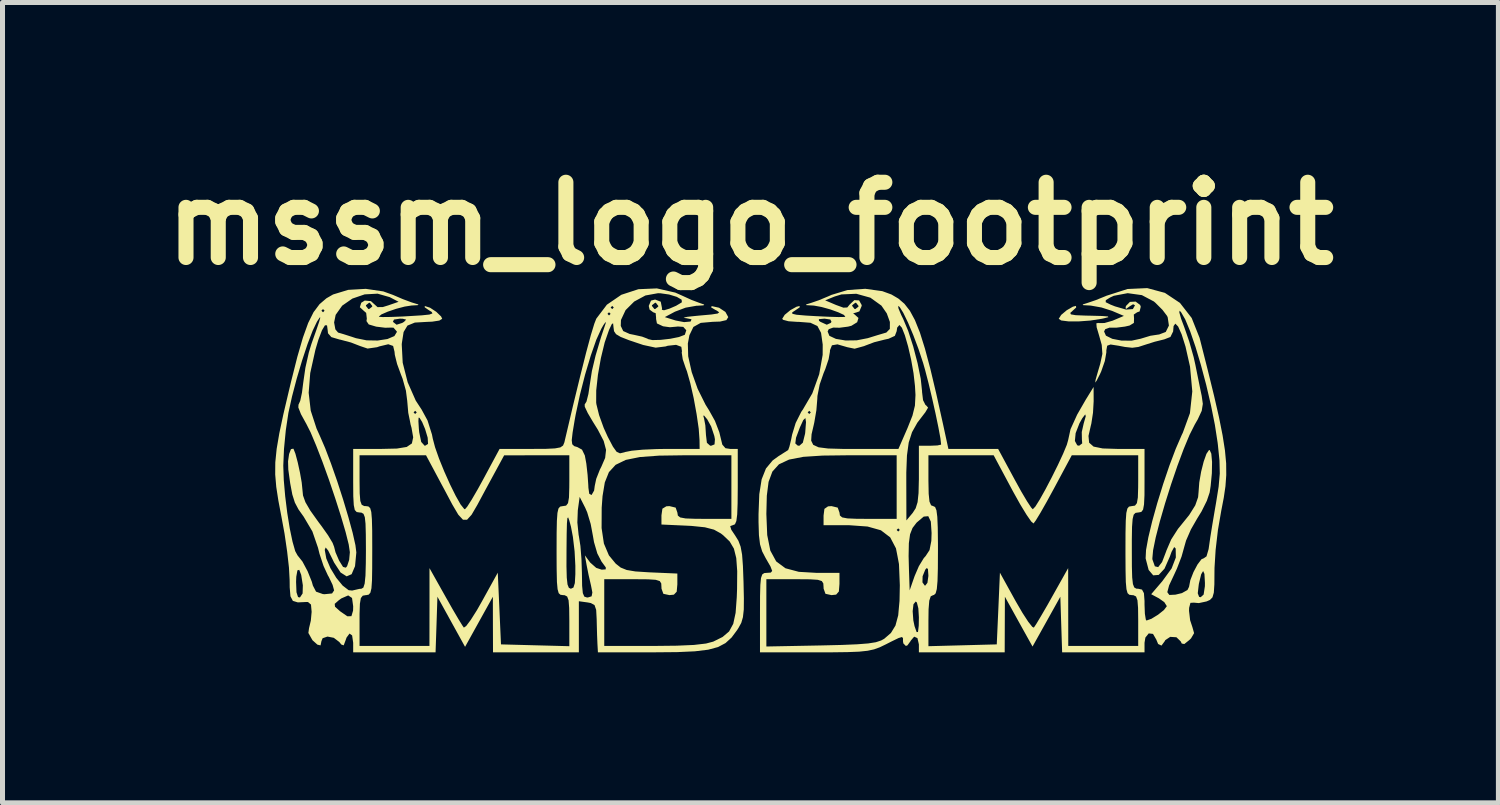
<source format=kicad_pcb>
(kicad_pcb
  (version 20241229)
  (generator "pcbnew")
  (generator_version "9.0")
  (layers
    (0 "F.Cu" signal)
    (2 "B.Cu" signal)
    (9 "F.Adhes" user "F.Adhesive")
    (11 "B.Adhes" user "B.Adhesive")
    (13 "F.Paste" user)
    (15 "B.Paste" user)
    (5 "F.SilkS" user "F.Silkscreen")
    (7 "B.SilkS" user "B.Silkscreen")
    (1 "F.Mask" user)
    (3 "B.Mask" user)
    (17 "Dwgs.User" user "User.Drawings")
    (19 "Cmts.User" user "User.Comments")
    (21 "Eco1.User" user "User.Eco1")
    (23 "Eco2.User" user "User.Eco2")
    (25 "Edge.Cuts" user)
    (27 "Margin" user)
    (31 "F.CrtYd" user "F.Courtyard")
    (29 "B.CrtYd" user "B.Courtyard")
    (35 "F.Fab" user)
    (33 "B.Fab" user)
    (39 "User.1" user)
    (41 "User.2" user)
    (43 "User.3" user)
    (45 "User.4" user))
  (footprint "mssm_logo_footprint"
    (layer "F.Cu")
    (at 11.907 6.404)
    (property "Reference" "mssm_logo_footprint" (at 0 -5 0) (layer "F.SilkS") (effects (font (size 1.5 1.5) (thickness 0.3))))
    (attr board_only exclude_from_pos_files exclude_from_bom)
    (fp_poly (pts (xy 6.492 -3.326) (xy 6.425 -3.264) (xy 6.374 -3.217) (xy 6.387 -3.188) (xy 6.483 -3.172) (xy 6.68 -3.164) (xy 6.778 -3.162) (xy 7.008 -3.156) (xy 7.123 -3.147) (xy 7.134 -3.133) (xy 7.05 -3.111) (xy 6.999 -3.1) (xy 6.772 -3.065) (xy 6.54 -3.048) (xy 6.336 -3.049) (xy 6.193 -3.067) (xy 6.144 -3.1) (xy 6.193 -3.178) (xy 6.304 -3.271) (xy 6.427 -3.342) (xy 6.487 -3.357)) (stroke (width 0) (type solid)) (fill yes) (layer "F.SilkS"))
    (fp_poly (pts (xy 8.26 -3.617) (xy 8.56 -3.417) (xy 8.794 -3.116) (xy 8.951 -2.721) (xy 8.953 -2.714) (xy 9.112 -2.087) (xy 9.24 -1.566) (xy 9.339 -1.134) (xy 9.41 -0.777) (xy 9.457 -0.477) (xy 9.481 -0.219) (xy 9.483 0.014) (xy 9.467 0.237) (xy 9.433 0.468) (xy 9.384 0.721) (xy 9.381 0.738) (xy 9.317 1.11) (xy 9.271 1.506) (xy 9.249 1.861) (xy 9.248 1.928) (xy 9.246 2.192) (xy 9.235 2.358) (xy 9.208 2.452) (xy 9.158 2.503) (xy 9.09 2.533) (xy 8.936 2.566) (xy 8.837 2.557) (xy 8.769 2.561) (xy 8.743 2.661) (xy 8.741 2.721) (xy 8.763 2.908) (xy 8.81 3.051) (xy 8.842 3.165) (xy 8.781 3.269) (xy 8.746 3.303) (xy 8.647 3.382) (xy 8.596 3.372) (xy 8.575 3.329) (xy 8.49 3.247) (xy 8.366 3.239) (xy 8.268 3.304) (xy 8.257 3.325) (xy 8.192 3.413) (xy 8.125 3.381) (xy 8.089 3.294) (xy 8.023 3.18) (xy 7.938 3.17) (xy 7.871 3.253) (xy 7.854 3.357) (xy 7.854 3.547) (xy 7.033 3.547) (xy 6.212 3.547) (xy 6.194 2.993) (xy 6.176 2.439) (xy 5.899 2.936) (xy 5.622 3.432) (xy 5.346 2.936) (xy 5.071 2.439) (xy 5.069 2.993) (xy 5.067 3.547) (xy 4.212 3.547) (xy 3.357 3.547) (xy 3.357 3.389) (xy 3.328 3.264) (xy 3.263 3.235) (xy 3.194 3.315) (xy 3.19 3.325) (xy 3.128 3.409) (xy 3.097 3.42) (xy 3.047 3.369) (xy 3.04 3.325) (xy 3.04 3.265) (xy 3.02 3.242) (xy 2.953 3.262) (xy 2.815 3.329) (xy 2.697 3.389) (xy 2.577 3.447) (xy 2.464 3.488) (xy 2.335 3.516) (xy 2.166 3.534) (xy 1.935 3.543) (xy 1.619 3.547) (xy 1.288 3.547) (xy 0.19 3.547) (xy 0.19 2.755) (xy 0.191 2.427) (xy 0.197 2.204) (xy 0.21 2.067) (xy 0.235 1.995) (xy 0.274 1.968) (xy 0.317 1.964) (xy 0.405 1.958) (xy 0.433 1.925) (xy 0.399 1.836) (xy 0.301 1.666) (xy 0.233 1.535) (xy 0.191 1.395) (xy 0.169 1.213) (xy 0.161 0.956) (xy 0.161 0.792) (xy 0.317 0.792) (xy 0.334 1.21) (xy 0.396 1.52) (xy 0.513 1.735) (xy 0.698 1.872) (xy 0.965 1.943) (xy 1.325 1.964) (xy 1.327 1.964) (xy 1.774 1.964) (xy 1.774 2.185) (xy 1.762 2.335) (xy 1.708 2.397) (xy 1.615 2.407) (xy 1.495 2.381) (xy 1.458 2.278) (xy 1.457 2.249) (xy 1.452 2.174) (xy 1.422 2.127) (xy 1.343 2.102) (xy 1.189 2.092) (xy 0.937 2.09) (xy 0.887 2.09) (xy 0.317 2.09) (xy 0.317 2.761) (xy 0.317 3.431) (xy 1.409 3.41) (xy 1.822 3.4) (xy 2.128 3.387) (xy 2.347 3.37) (xy 2.499 3.346) (xy 2.603 3.312) (xy 2.666 3.277) (xy 2.799 3.162) (xy 2.89 3.014) (xy 2.945 2.809) (xy 2.952 2.728) (xy 3.233 2.728) (xy 3.246 2.91) (xy 3.27 3.025) (xy 3.312 3.144) (xy 3.339 3.142) (xy 3.354 3.016) (xy 3.357 2.85) (xy 3.346 2.67) (xy 3.317 2.555) (xy 3.294 2.534) (xy 3.249 2.589) (xy 3.233 2.728) (xy 2.952 2.728) (xy 2.971 2.521) (xy 2.977 2.211) (xy 2.96 1.789) (xy 2.93 1.628) (xy 3.152 1.628) (xy 3.159 1.9) (xy 3.173 2.312) (xy 3.228 2.153) (xy 3.428 2.153) (xy 3.473 2.216) (xy 3.484 2.217) (xy 3.527 2.162) (xy 3.546 2.027) (xy 3.546 2.011) (xy 3.537 1.883) (xy 3.508 1.87) (xy 3.484 1.9) (xy 3.431 2.031) (xy 3.428 2.153) (xy 3.228 2.153) (xy 3.272 2.027) (xy 3.357 1.829) (xy 3.455 1.669) (xy 3.491 1.629) (xy 3.569 1.51) (xy 3.605 1.327) (xy 3.61 1.169) (xy 3.595 0.942) (xy 3.544 0.834) (xy 3.453 0.842) (xy 3.314 0.96) (xy 3.307 0.968) (xy 3.23 1.069) (xy 3.181 1.195) (xy 3.157 1.373) (xy 3.152 1.628) (xy 2.93 1.628) (xy 2.9 1.475) (xy 2.785 1.256) (xy 2.6 1.115) (xy 2.576 1.108) (xy 2.914 1.108) (xy 2.945 1.14) (xy 2.977 1.108) (xy 2.945 1.077) (xy 2.914 1.108) (xy 2.576 1.108) (xy 2.334 1.04) (xy 1.972 1.014) (xy 1.902 1.013) (xy 1.457 1.013) (xy 1.457 0.823) (xy 1.474 0.688) (xy 1.546 0.638) (xy 1.615 0.633) (xy 1.739 0.663) (xy 1.774 0.76) (xy 1.783 0.82) (xy 1.828 0.858) (xy 1.932 0.878) (xy 2.119 0.886) (xy 2.344 0.887) (xy 2.914 0.887) (xy 2.914 0.253) (xy 2.914 -0.38) (xy 1.93 -0.38) (xy 1.436 -0.374) (xy 1.053 -0.349) (xy 0.769 -0.294) (xy 0.568 -0.2) (xy 0.437 -0.055) (xy 0.361 0.15) (xy 0.326 0.426) (xy 0.317 0.783) (xy 0.317 0.792) (xy 0.161 0.792) (xy 0.176 0.395) (xy 0.223 0.099) (xy 0.309 -0.117) (xy 0.442 -0.277) (xy 0.556 -0.36) (xy 0.682 -0.44) (xy 0.751 -0.484) (xy 0.752 -0.485) (xy 0.776 -0.551) (xy 0.792 -0.616) (xy 0.894 -0.616) (xy 0.942 -0.573) (xy 0.975 -0.57) (xy 1.044 -0.631) (xy 1.054 -0.672) (xy 1.21 -0.672) (xy 1.251 -0.588) (xy 1.358 -0.539) (xy 1.548 -0.515) (xy 1.836 -0.507) (xy 2.106 -0.507) (xy 2.949 -0.507) (xy 3.13 -0.922) (xy 3.229 -1.171) (xy 3.278 -1.37) (xy 3.289 -1.582) (xy 3.279 -1.761) (xy 3.25 -2.016) (xy 3.202 -2.288) (xy 3.142 -2.549) (xy 3.078 -2.77) (xy 3.018 -2.922) (xy 2.969 -2.977) (xy 2.924 -2.924) (xy 2.914 -2.853) (xy 2.878 -2.76) (xy 2.754 -2.703) (xy 2.676 -2.686) (xy 2.466 -2.633) (xy 2.278 -2.562) (xy 2.268 -2.557) (xy 2.076 -2.504) (xy 1.931 -2.534) (xy 1.734 -2.591) (xy 1.624 -2.572) (xy 1.584 -2.472) (xy 1.584 -2.446) (xy 1.558 -2.296) (xy 1.492 -2.099) (xy 1.458 -2.018) (xy 1.38 -1.792) (xy 1.335 -1.563) (xy 1.332 -1.501) (xy 1.314 -1.279) (xy 1.272 -1.033) (xy 1.26 -0.979) (xy 1.218 -0.799) (xy 1.21 -0.672) (xy 1.054 -0.672) (xy 1.088 -0.808) (xy 1.092 -0.839) (xy 1.107 -1.042) (xy 1.095 -1.122) (xy 1.053 -1.082) (xy 0.983 -0.93) (xy 0.908 -0.729) (xy 0.894 -0.616) (xy 0.792 -0.616) (xy 0.812 -0.7) (xy 0.83 -0.791) (xy 0.901 -1.024) (xy 1.007 -1.235) (xy 1.14 -1.235) (xy 1.172 -1.203) (xy 1.203 -1.235) (xy 1.172 -1.267) (xy 1.14 -1.235) (xy 1.007 -1.235) (xy 1.011 -1.244) (xy 1.044 -1.291) (xy 1.233 -1.614) (xy 1.37 -1.995) (xy 1.439 -2.38) (xy 1.44 -2.587) (xy 1.407 -2.82) (xy 1.335 -2.956) (xy 1.196 -3.021) (xy 0.963 -3.039) (xy 0.934 -3.039) (xy 0.759 -3.051) (xy 0.65 -3.08) (xy 0.639 -3.093) (xy 1.364 -3.093) (xy 1.365 -3.061) (xy 1.394 -3.04) (xy 1.521 -2.982) (xy 1.6 -3.018) (xy 1.615 -3.04) (xy 1.592 -3.086) (xy 1.476 -3.103) (xy 1.364 -3.093) (xy 0.639 -3.093) (xy 0.633 -3.1) (xy 0.682 -3.179) (xy 0.795 -3.272) (xy 0.919 -3.341) (xy 0.98 -3.355) (xy 0.981 -3.328) (xy 0.893 -3.268) (xy 0.832 -3.228) (xy 0.835 -3.2) (xy 0.918 -3.181) (xy 1.099 -3.165) (xy 1.305 -3.153) (xy 1.557 -3.141) (xy 1.757 -3.135) (xy 1.874 -3.137) (xy 1.891 -3.14) (xy 1.864 -3.177) (xy 1.75 -3.23) (xy 1.589 -3.288) (xy 1.415 -3.336) (xy 1.268 -3.363) (xy 1.243 -3.365) (xy 1.116 -3.372) (xy 1.108 -3.386) (xy 1.203 -3.415) (xy 1.357 -3.468) (xy 1.489 -3.468) (xy 1.705 -3.376) (xy 1.853 -3.322) (xy 1.93 -3.326) (xy 1.955 -3.357) (xy 2.027 -3.357) (xy 2.075 -3.296) (xy 2.09 -3.294) (xy 2.152 -3.342) (xy 2.154 -3.357) (xy 2.105 -3.419) (xy 2.09 -3.42) (xy 2.029 -3.372) (xy 2.027 -3.357) (xy 1.955 -3.357) (xy 1.977 -3.384) (xy 2.07 -3.472) (xy 2.165 -3.467) (xy 2.216 -3.376) (xy 2.217 -3.357) (xy 2.171 -3.248) (xy 2.106 -3.225) (xy 2.046 -3.209) (xy 2.074 -3.188) (xy 2.153 -3.117) (xy 2.127 -3.032) (xy 2.012 -2.961) (xy 1.945 -2.944) (xy 1.775 -2.922) (xy 1.651 -2.925) (xy 1.648 -2.925) (xy 1.56 -2.893) (xy 1.538 -2.847) (xy 1.573 -2.761) (xy 1.703 -2.7) (xy 1.895 -2.668) (xy 2.117 -2.671) (xy 2.337 -2.714) (xy 2.344 -2.716) (xy 2.531 -2.774) (xy 2.673 -2.816) (xy 2.708 -2.826) (xy 2.778 -2.898) (xy 2.779 -3.037) (xy 2.717 -3.208) (xy 2.614 -3.357) (xy 2.943 -3.357) (xy 2.95 -3.307) (xy 3.003 -3.18) (xy 3.043 -3.099) (xy 3.144 -2.858) (xy 3.244 -2.548) (xy 3.331 -2.214) (xy 3.394 -1.903) (xy 3.42 -1.658) (xy 3.42 -1.642) (xy 3.44 -1.478) (xy 3.488 -1.383) (xy 3.5 -1.376) (xy 3.54 -1.33) (xy 3.484 -1.235) (xy 3.479 -1.229) (xy 3.326 -1.029) (xy 3.22 -0.84) (xy 3.154 -0.633) (xy 3.119 -0.375) (xy 3.106 -0.036) (xy 3.106 0.146) (xy 3.108 0.918) (xy 3.233 0.769) (xy 3.293 0.676) (xy 3.331 0.554) (xy 3.35 0.374) (xy 3.356 0.127) (xy 3.547 0.127) (xy 3.552 0.387) (xy 3.568 0.543) (xy 3.6 0.617) (xy 3.642 0.633) (xy 3.68 0.651) (xy 3.707 0.717) (xy 3.724 0.848) (xy 3.733 1.063) (xy 3.737 1.38) (xy 3.737 1.52) (xy 3.735 1.878) (xy 3.728 2.127) (xy 3.714 2.286) (xy 3.691 2.372) (xy 3.657 2.405) (xy 3.642 2.407) (xy 3.593 2.431) (xy 3.564 2.517) (xy 3.55 2.689) (xy 3.547 2.916) (xy 3.547 3.425) (xy 4.228 3.407) (xy 4.909 3.389) (xy 4.941 2.674) (xy 4.972 1.96) (xy 5.287 2.53) (xy 5.422 2.762) (xy 5.537 2.939) (xy 5.618 3.04) (xy 5.648 3.055) (xy 5.696 2.983) (xy 5.79 2.826) (xy 5.916 2.61) (xy 6.012 2.439) (xy 6.332 1.869) (xy 6.333 2.645) (xy 6.334 3.42) (xy 7.031 3.42) (xy 7.728 3.42) (xy 7.728 2.914) (xy 7.725 2.661) (xy 7.713 2.51) (xy 7.685 2.434) (xy 7.634 2.409) (xy 7.601 2.407) (xy 7.551 2.4) (xy 7.516 2.368) (xy 7.494 2.289) (xy 7.481 2.146) (xy 7.476 1.918) (xy 7.474 1.586) (xy 7.474 1.52) (xy 7.475 1.169) (xy 7.48 0.926) (xy 7.491 0.77) (xy 7.512 0.682) (xy 7.544 0.643) (xy 7.592 0.634) (xy 7.601 0.633) (xy 7.664 0.623) (xy 7.702 0.574) (xy 7.721 0.462) (xy 7.727 0.26) (xy 7.728 0.127) (xy 7.728 -0.38) (xy 7.066 -0.38) (xy 6.404 -0.38) (xy 6.048 0.284) (xy 5.905 0.546) (xy 5.781 0.764) (xy 5.688 0.917) (xy 5.642 0.979) (xy 5.595 0.939) (xy 5.503 0.806) (xy 5.378 0.601) (xy 5.234 0.343) (xy 5.219 0.315) (xy 4.847 -0.38) (xy 4.197 -0.38) (xy 3.547 -0.38) (xy 3.547 0.127) (xy 3.356 0.127) (xy 3.357 0.104) (xy 3.357 0.025) (xy 3.357 -0.57) (xy 3.579 -0.57) (xy 3.725 -0.576) (xy 3.799 -0.592) (xy 3.8 -0.595) (xy 3.786 -0.719) (xy 3.746 -0.935) (xy 3.689 -1.21) (xy 3.621 -1.514) (xy 3.55 -1.814) (xy 3.481 -2.08) (xy 3.442 -2.217) (xy 3.35 -2.496) (xy 3.246 -2.773) (xy 3.141 -3.023) (xy 3.046 -3.219) (xy 2.973 -3.336) (xy 2.943 -3.357) (xy 2.614 -3.357) (xy 2.611 -3.362) (xy 2.39 -3.521) (xy 2.11 -3.599) (xy 1.814 -3.586) (xy 1.679 -3.545) (xy 1.489 -3.468) (xy 1.357 -3.468) (xy 1.363 -3.47) (xy 1.562 -3.553) (xy 1.615 -3.577) (xy 1.933 -3.673) (xy 2.289 -3.698) (xy 2.628 -3.651) (xy 2.809 -3.585) (xy 2.947 -3.504) (xy 3.068 -3.4) (xy 3.177 -3.261) (xy 3.278 -3.074) (xy 3.377 -2.827) (xy 3.477 -2.508) (xy 3.585 -2.104) (xy 3.704 -1.603) (xy 3.84 -0.992) (xy 3.873 -0.839) (xy 3.945 -0.507) (xy 4.44 -0.507) (xy 4.936 -0.507) (xy 5.261 0.095) (xy 5.396 0.34) (xy 5.512 0.536) (xy 5.595 0.662) (xy 5.627 0.696) (xy 5.678 0.642) (xy 5.767 0.5) (xy 5.881 0.296) (xy 6.005 0.059) (xy 6.127 -0.186) (xy 6.231 -0.41) (xy 6.305 -0.588) (xy 6.327 -0.665) (xy 6.466 -0.665) (xy 6.513 -0.579) (xy 6.55 -0.57) (xy 6.612 -0.617) (xy 6.606 -0.695) (xy 6.603 -0.843) (xy 6.641 -1.012) (xy 6.683 -1.159) (xy 6.672 -1.195) (xy 6.613 -1.117) (xy 6.557 -1.017) (xy 6.481 -0.821) (xy 6.466 -0.665) (xy 6.327 -0.665) (xy 6.334 -0.691) (xy 6.334 -0.693) (xy 6.379 -0.899) (xy 6.511 -1.19) (xy 6.683 -1.489) (xy 6.839 -1.742) (xy 6.84 -1.456) (xy 6.827 -1.227) (xy 6.794 -1.012) (xy 6.783 -0.968) (xy 6.737 -0.765) (xy 6.75 -0.631) (xy 6.839 -0.553) (xy 7.021 -0.516) (xy 7.311 -0.507) (xy 7.323 -0.507) (xy 7.854 -0.507) (xy 7.854 0.127) (xy 7.853 0.415) (xy 7.844 0.6) (xy 7.825 0.703) (xy 7.79 0.749) (xy 7.734 0.76) (xy 7.728 0.76) (xy 7.674 0.768) (xy 7.638 0.804) (xy 7.617 0.89) (xy 7.605 1.047) (xy 7.601 1.296) (xy 7.601 1.52) (xy 7.602 1.841) (xy 7.608 2.056) (xy 7.623 2.187) (xy 7.649 2.254) (xy 7.69 2.278) (xy 7.728 2.28) (xy 7.804 2.297) (xy 7.842 2.368) (xy 7.854 2.524) (xy 7.854 2.597) (xy 7.861 2.778) (xy 7.879 2.892) (xy 7.892 2.914) (xy 7.991 2.879) (xy 8.123 2.798) (xy 8.241 2.704) (xy 8.297 2.63) (xy 8.298 2.626) (xy 8.248 2.547) (xy 8.142 2.472) (xy 7.987 2.389) (xy 8.208 2.13) (xy 8.394 1.875) (xy 8.478 1.657) (xy 8.475 1.478) (xy 8.445 1.449) (xy 8.393 1.544) (xy 8.358 1.641) (xy 8.252 1.88) (xy 8.137 2.004) (xy 8.027 2.013) (xy 7.936 1.905) (xy 7.877 1.679) (xy 7.876 1.676) (xy 8.01 1.676) (xy 8.012 1.698) (xy 8.06 1.833) (xy 8.126 1.849) (xy 8.204 1.748) (xy 8.285 1.536) (xy 8.29 1.52) (xy 8.386 1.297) (xy 8.522 1.085) (xy 8.543 1.06) (xy 8.744 0.811) (xy 8.865 0.618) (xy 8.922 0.455) (xy 8.931 0.352) (xy 8.945 0.161) (xy 8.982 -0.052) (xy 9.033 -0.254) (xy 9.088 -0.409) (xy 9.138 -0.483) (xy 9.152 -0.485) (xy 9.185 -0.412) (xy 9.2 -0.247) (xy 9.196 -0.021) (xy 9.172 0.231) (xy 9.152 0.361) (xy 9.096 0.527) (xy 8.991 0.738) (xy 8.905 0.878) (xy 8.779 1.097) (xy 8.682 1.319) (xy 8.649 1.435) (xy 8.592 1.639) (xy 8.5 1.878) (xy 8.451 1.985) (xy 8.344 2.213) (xy 8.308 2.348) (xy 8.348 2.404) (xy 8.47 2.398) (xy 8.586 2.37) (xy 8.915 2.37) (xy 8.942 2.442) (xy 8.973 2.449) (xy 9.032 2.396) (xy 9.057 2.23) (xy 9.058 2.164) (xy 9.048 1.984) (xy 9.022 1.927) (xy 8.983 1.992) (xy 8.938 2.178) (xy 8.934 2.204) (xy 8.915 2.37) (xy 8.586 2.37) (xy 8.599 2.367) (xy 8.71 2.305) (xy 8.741 2.242) (xy 8.767 2.109) (xy 8.83 1.947) (xy 8.911 1.795) (xy 8.989 1.692) (xy 9.034 1.673) (xy 9.089 1.635) (xy 9.131 1.491) (xy 9.139 1.436) (xy 9.165 1.254) (xy 9.207 0.993) (xy 9.257 0.697) (xy 9.279 0.571) (xy 9.331 0.246) (xy 9.354 -0.016) (xy 9.348 -0.275) (xy 9.316 -0.59) (xy 9.311 -0.632) (xy 9.256 -0.988) (xy 9.178 -1.378) (xy 9.084 -1.781) (xy 8.979 -2.175) (xy 8.871 -2.538) (xy 8.764 -2.85) (xy 8.665 -3.089) (xy 8.581 -3.234) (xy 8.552 -3.262) (xy 8.548 -3.225) (xy 8.584 -3.099) (xy 8.648 -2.928) (xy 8.745 -2.648) (xy 8.833 -2.337) (xy 8.867 -2.185) (xy 8.918 -1.931) (xy 8.968 -1.685) (xy 8.994 -1.562) (xy 9.016 -1.405) (xy 8.994 -1.266) (xy 8.915 -1.096) (xy 8.855 -0.992) (xy 8.752 -0.788) (xy 8.634 -0.504) (xy 8.508 -0.166) (xy 8.382 0.203) (xy 8.263 0.58) (xy 8.159 0.939) (xy 8.077 1.257) (xy 8.025 1.511) (xy 8.01 1.676) (xy 7.876 1.676) (xy 7.876 1.67) (xy 7.884 1.509) (xy 7.93 1.256) (xy 8.007 0.935) (xy 8.108 0.573) (xy 8.225 0.194) (xy 8.35 -0.175) (xy 8.476 -0.509) (xy 8.595 -0.784) (xy 8.617 -0.829) (xy 8.759 -1.219) (xy 8.806 -1.653) (xy 8.761 -2.146) (xy 8.671 -2.545) (xy 8.594 -2.79) (xy 8.524 -2.946) (xy 8.468 -3.004) (xy 8.433 -2.955) (xy 8.424 -2.848) (xy 8.37 -2.738) (xy 8.25 -2.691) (xy 8.057 -2.643) (xy 7.886 -2.589) (xy 7.731 -2.539) (xy 7.61 -2.523) (xy 7.464 -2.539) (xy 7.332 -2.564) (xy 7.177 -2.588) (xy 7.11 -2.564) (xy 7.093 -2.472) (xy 7.093 -2.43) (xy 7.063 -2.258) (xy 6.991 -2.052) (xy 6.965 -1.995) (xy 6.9 -1.868) (xy 6.871 -1.828) (xy 6.879 -1.885) (xy 6.925 -2.047) (xy 6.972 -2.206) (xy 7.014 -2.401) (xy 7.001 -2.58) (xy 6.952 -2.755) (xy 6.925 -2.847) (xy 7.048 -2.847) (xy 7.085 -2.764) (xy 7.212 -2.701) (xy 7.394 -2.666) (xy 7.596 -2.664) (xy 7.781 -2.704) (xy 7.783 -2.705) (xy 7.971 -2.762) (xy 8.136 -2.787) (xy 8.143 -2.787) (xy 8.277 -2.838) (xy 8.34 -2.965) (xy 8.316 -3.129) (xy 8.303 -3.158) (xy 8.212 -3.278) (xy 8.071 -3.419) (xy 8.041 -3.445) (xy 7.801 -3.572) (xy 7.518 -3.611) (xy 7.242 -3.559) (xy 7.169 -3.525) (xy 7.082 -3.471) (xy 7.08 -3.431) (xy 7.177 -3.383) (xy 7.265 -3.348) (xy 7.485 -3.284) (xy 7.622 -3.294) (xy 7.664 -3.37) (xy 7.626 -3.39) (xy 7.559 -3.349) (xy 7.483 -3.295) (xy 7.477 -3.331) (xy 7.485 -3.357) (xy 7.563 -3.437) (xy 7.677 -3.443) (xy 7.766 -3.377) (xy 7.779 -3.341) (xy 7.756 -3.247) (xy 7.707 -3.23) (xy 7.64 -3.185) (xy 7.645 -3.108) (xy 7.642 -3.018) (xy 7.556 -2.966) (xy 7.463 -2.945) (xy 7.29 -2.923) (xy 7.164 -2.924) (xy 7.159 -2.925) (xy 7.071 -2.893) (xy 7.048 -2.847) (xy 6.925 -2.847) (xy 6.9 -2.93) (xy 6.894 -3.01) (xy 6.934 -3.018) (xy 6.942 -3.015) (xy 7.055 -3.016) (xy 7.216 -3.062) (xy 7.235 -3.07) (xy 7.443 -3.158) (xy 7.207 -3.258) (xy 6.995 -3.326) (xy 6.786 -3.363) (xy 6.764 -3.365) (xy 6.633 -3.372) (xy 6.621 -3.386) (xy 6.714 -3.415) (xy 6.881 -3.472) (xy 7.076 -3.551) (xy 7.094 -3.559) (xy 7.515 -3.694) (xy 7.908 -3.712)) (stroke (width 0) (type solid)) (fill yes) (layer "F.SilkS"))
    (fp_poly (pts (xy -1.497 -3.622) (xy -1.362 -3.562) (xy -1.176 -3.477) (xy -1.014 -3.416) (xy -0.921 -3.384) (xy -0.936 -3.368) (xy -1.066 -3.36) (xy -1.077 -3.36) (xy -1.293 -3.322) (xy -1.502 -3.243) (xy -1.503 -3.243) (xy -1.707 -3.134) (xy -1.49 -3.066) (xy -1.323 -3.034) (xy -1.2 -3.045) (xy -1.19 -3.05) (xy -1.175 -3.091) (xy -1.284 -3.113) (xy -1.299 -3.114) (xy -1.332 -3.124) (xy -1.256 -3.14) (xy -1.086 -3.158) (xy -1.013 -3.165) (xy -0.778 -3.186) (xy -0.654 -3.205) (xy -0.623 -3.229) (xy -0.67 -3.263) (xy -0.697 -3.276) (xy -0.784 -3.328) (xy -0.773 -3.353) (xy -0.772 -3.353) (xy -0.626 -3.321) (xy -0.499 -3.237) (xy -0.443 -3.135) (xy -0.443 -3.133) (xy -0.48 -3.074) (xy -0.606 -3.045) (xy -0.752 -3.04) (xy -0.991 -3.019) (xy -1.137 -2.938) (xy -1.217 -2.772) (xy -1.248 -2.606) (xy -1.241 -2.353) (xy -1.171 -2.038) (xy -1.052 -1.704) (xy -0.896 -1.39) (xy -0.828 -1.281) (xy -0.708 -1.066) (xy -0.621 -0.84) (xy -0.601 -0.758) (xy -0.561 -0.593) (xy -0.498 -0.521) (xy -0.406 -0.507) (xy -0.253 -0.507) (xy -0.253 0.253) (xy -0.256 0.579) (xy -0.264 0.798) (xy -0.281 0.93) (xy -0.309 0.995) (xy -0.351 1.013) (xy -0.353 1.013) (xy -0.404 1.032) (xy -0.382 1.104) (xy -0.305 1.219) (xy -0.24 1.324) (xy -0.196 1.441) (xy -0.167 1.599) (xy -0.15 1.826) (xy -0.138 2.15) (xy -0.138 2.154) (xy -0.131 2.473) (xy -0.133 2.694) (xy -0.15 2.847) (xy -0.183 2.96) (xy -0.239 3.062) (xy -0.266 3.104) (xy -0.376 3.252) (xy -0.497 3.363) (xy -0.646 3.442) (xy -0.843 3.495) (xy -1.108 3.527) (xy -1.459 3.543) (xy -1.917 3.547) (xy -1.948 3.547) (xy -3.04 3.547) (xy -3.05 3.373) (xy -3.057 3.202) (xy -3.063 2.978) (xy -3.065 2.888) (xy -3.075 2.701) (xy -3.108 2.605) (xy -3.182 2.565) (xy -3.246 2.553) (xy -3.42 2.529) (xy -3.42 3.038) (xy -3.42 3.547) (xy -4.276 3.547) (xy -5.131 3.547) (xy -5.133 2.993) (xy -5.134 2.439) (xy -5.411 2.938) (xy -5.688 3.438) (xy -5.964 2.938) (xy -6.239 2.439) (xy -6.257 2.993) (xy -6.276 3.547) (xy -7.097 3.547) (xy -7.918 3.547) (xy -7.918 3.357) (xy -7.939 3.21) (xy -7.991 3.173) (xy -8.05 3.253) (xy -8.07 3.31) (xy -8.107 3.408) (xy -8.154 3.392) (xy -8.195 3.341) (xy -8.304 3.258) (xy -8.43 3.233) (xy -8.527 3.266) (xy -8.551 3.325) (xy -8.568 3.409) (xy -8.631 3.394) (xy -8.73 3.305) (xy -8.811 3.161) (xy -8.798 3.067) (xy -8.762 2.916) (xy -8.746 2.74) (xy -8.759 2.595) (xy -8.776 2.581) (xy -8.286 2.581) (xy -8.28 2.638) (xy -8.181 2.727) (xy -8.18 2.728) (xy -8.034 2.829) (xy -7.953 2.827) (xy -7.92 2.715) (xy -7.918 2.629) (xy -7.941 2.464) (xy -8.017 2.413) (xy -8.153 2.472) (xy -8.203 2.508) (xy -8.286 2.581) (xy -8.776 2.581) (xy -8.818 2.545) (xy -8.852 2.544) (xy -9.021 2.552) (xy -9.12 2.522) (xy -9.168 2.431) (xy -9.183 2.253) (xy -9.184 2.143) (xy -9.056 2.143) (xy -9.048 2.35) (xy -9.017 2.446) (xy -8.979 2.454) (xy -8.926 2.374) (xy -8.921 2.212) (xy -8.954 2.004) (xy -8.993 1.903) (xy -9.029 1.913) (xy -9.052 2.04) (xy -9.056 2.143) (xy -9.184 2.143) (xy -9.185 2.095) (xy -9.198 1.858) (xy -9.234 1.539) (xy -9.286 1.182) (xy -9.348 0.844) (xy -9.409 0.523) (xy -9.451 0.251) (xy -9.472 0.004) (xy -9.471 -0.171) (xy -9.311 -0.171) (xy -9.301 0.116) (xy -9.273 0.437) (xy -9.232 0.767) (xy -9.182 1.078) (xy -9.127 1.341) (xy -9.073 1.531) (xy -9.027 1.615) (xy -8.929 1.738) (xy -8.826 1.931) (xy -8.742 2.141) (xy -8.721 2.217) (xy -8.658 2.338) (xy -8.522 2.386) (xy -8.49 2.389) (xy -8.339 2.374) (xy -8.298 2.313) (xy -8.328 2.203) (xy -8.403 2.046) (xy -8.422 2.014) (xy -8.509 1.825) (xy -8.589 1.584) (xy -8.619 1.463) (xy -8.731 1.138) (xy -8.904 0.845) (xy -9.008 0.699) (xy -9.08 0.563) (xy -9.131 0.402) (xy -9.173 0.18) (xy -9.211 -0.095) (xy -9.216 -0.259) (xy -9.195 -0.406) (xy -9.158 -0.502) (xy -9.112 -0.512) (xy -9.106 -0.505) (xy -9.069 -0.411) (xy -9.023 -0.238) (xy -8.978 -0.032) (xy -8.944 0.161) (xy -8.931 0.29) (xy -8.918 0.421) (xy -8.87 0.555) (xy -8.772 0.723) (xy -8.61 0.95) (xy -8.546 1.035) (xy -8.418 1.216) (xy -8.328 1.366) (xy -8.298 1.444) (xy -8.27 1.554) (xy -8.203 1.709) (xy -8.196 1.723) (xy -8.12 1.845) (xy -8.065 1.86) (xy -8.039 1.83) (xy -7.998 1.705) (xy -7.984 1.552) (xy -8.007 1.397) (xy -8.069 1.15) (xy -8.161 0.837) (xy -8.274 0.483) (xy -8.399 0.113) (xy -8.529 -0.247) (xy -8.655 -0.572) (xy -8.766 -0.836) (xy -8.856 -1.014) (xy -8.861 -1.022) (xy -8.959 -1.2) (xy -9.011 -1.333) (xy -9.008 -1.388) (xy -8.973 -1.466) (xy -8.939 -1.626) (xy -8.805 -1.626) (xy -8.764 -1.269) (xy -8.648 -0.913) (xy -8.582 -0.767) (xy -8.477 -0.524) (xy -8.359 -0.213) (xy -8.236 0.138) (xy -8.118 0.503) (xy -8.013 0.855) (xy -7.928 1.167) (xy -7.873 1.412) (xy -7.855 1.556) (xy -7.881 1.83) (xy -7.949 1.99) (xy -8.048 2.033) (xy -8.169 1.956) (xy -8.299 1.757) (xy -8.329 1.694) (xy -8.416 1.519) (xy -8.466 1.457) (xy -8.484 1.503) (xy -8.484 1.509) (xy -8.454 1.676) (xy -8.371 1.871) (xy -8.255 2.062) (xy -8.127 2.218) (xy -8.008 2.309) (xy -7.938 2.316) (xy -7.795 2.283) (xy -7.754 2.28) (xy -7.715 2.257) (xy -7.689 2.177) (xy -7.673 2.019) (xy -7.666 1.767) (xy -7.664 1.52) (xy -7.666 1.199) (xy -7.672 0.984) (xy -7.686 0.854) (xy -7.712 0.787) (xy -7.754 0.763) (xy -7.791 0.76) (xy -7.849 0.751) (xy -7.886 0.71) (xy -7.906 0.613) (xy -7.916 0.438) (xy -7.918 0.161) (xy -7.918 0.127) (xy -7.791 0.127) (xy -7.788 0.379) (xy -7.776 0.53) (xy -7.748 0.606) (xy -7.698 0.632) (xy -7.664 0.633) (xy -7.614 0.64) (xy -7.579 0.673) (xy -7.557 0.751) (xy -7.545 0.894) (xy -7.539 1.122) (xy -7.538 1.454) (xy -7.538 1.52) (xy -7.539 1.871) (xy -7.543 2.115) (xy -7.554 2.271) (xy -7.575 2.358) (xy -7.608 2.397) (xy -7.655 2.407) (xy -7.664 2.407) (xy -7.727 2.418) (xy -7.765 2.466) (xy -7.784 2.579) (xy -7.791 2.78) (xy -7.791 2.914) (xy -7.791 3.42) (xy -7.094 3.42) (xy -6.398 3.42) (xy -6.397 2.645) (xy -6.397 1.869) (xy -6.077 2.439) (xy -5.94 2.681) (xy -5.822 2.882) (xy -5.74 3.015) (xy -5.712 3.055) (xy -5.665 3.022) (xy -5.573 2.899) (xy -5.451 2.706) (xy -5.351 2.53) (xy -5.036 1.96) (xy -5.004 2.674) (xy -4.972 3.389) (xy -4.291 3.407) (xy -3.61 3.425) (xy -3.61 2.916) (xy -3.613 2.663) (xy -3.625 2.511) (xy -3.653 2.435) (xy -3.703 2.409) (xy -3.737 2.407) (xy -3.787 2.4) (xy -3.822 2.368) (xy -3.844 2.289) (xy -3.857 2.146) (xy -3.862 1.918) (xy -3.863 1.835) (xy -3.667 1.835) (xy -3.661 2.059) (xy -3.646 2.195) (xy -3.619 2.262) (xy -3.579 2.28) (xy -3.528 2.256) (xy -3.5 2.167) (xy -3.49 1.99) (xy -3.49 1.821) (xy -3.505 1.534) (xy -3.539 1.246) (xy -3.577 1.045) (xy -3.6 0.959) (xy -3.45 0.959) (xy -3.425 1.206) (xy -3.419 1.236) (xy -3.389 1.427) (xy -3.368 1.69) (xy -3.359 1.967) (xy -3.359 1.975) (xy -3.355 2.222) (xy -3.341 2.368) (xy -3.311 2.437) (xy -3.258 2.454) (xy -3.24 2.454) (xy -3.166 2.431) (xy -3.151 2.355) (xy -3.177 2.22) (xy -3.226 2.006) (xy -3.266 1.806) (xy -3.266 1.805) (xy -3.3 1.615) (xy -3.194 1.758) (xy -3.074 1.864) (xy -2.965 1.9) (xy -2.885 1.894) (xy -2.883 1.855) (xy -2.959 1.751) (xy -2.968 1.739) (xy -3.052 1.577) (xy -3.118 1.351) (xy -3.139 1.231) (xy -3.169 1.07) (xy -2.967 1.07) (xy -2.921 1.379) (xy -2.821 1.615) (xy -2.685 1.78) (xy -2.586 1.858) (xy -2.467 1.906) (xy -2.294 1.935) (xy -2.032 1.952) (xy -1.99 1.954) (xy -1.457 1.977) (xy -1.457 2.192) (xy -1.47 2.339) (xy -1.526 2.398) (xy -1.615 2.407) (xy -1.736 2.381) (xy -1.773 2.278) (xy -1.774 2.249) (xy -1.778 2.174) (xy -1.808 2.127) (xy -1.888 2.102) (xy -2.041 2.092) (xy -2.293 2.09) (xy -2.344 2.09) (xy -2.914 2.09) (xy -2.914 2.755) (xy -2.914 3.42) (xy -1.93 3.42) (xy -1.471 3.415) (xy -1.127 3.4) (xy -0.886 3.372) (xy -0.742 3.334) (xy -0.555 3.241) (xy -0.426 3.131) (xy -0.343 2.979) (xy -0.296 2.761) (xy -0.273 2.451) (xy -0.267 2.29) (xy -0.264 1.929) (xy -0.283 1.668) (xy -0.33 1.48) (xy -0.415 1.337) (xy -0.544 1.214) (xy -0.59 1.178) (xy -0.727 1.102) (xy -0.909 1.055) (xy -1.173 1.028) (xy -1.271 1.023) (xy -1.774 1) (xy -1.774 0.817) (xy -1.755 0.684) (xy -1.677 0.637) (xy -1.615 0.633) (xy -1.491 0.663) (xy -1.457 0.76) (xy -1.447 0.822) (xy -1.4 0.859) (xy -1.292 0.879) (xy -1.098 0.886) (xy -0.918 0.887) (xy -0.38 0.887) (xy -0.38 0.253) (xy -0.38 -0.38) (xy -1.332 -0.38) (xy -1.823 -0.373) (xy -2.203 -0.345) (xy -2.485 -0.288) (xy -2.687 -0.19) (xy -2.821 -0.044) (xy -2.903 0.161) (xy -2.948 0.433) (xy -2.965 0.664) (xy -2.967 1.07) (xy -3.169 1.07) (xy -3.185 0.987) (xy -3.254 0.757) (xy -3.293 0.667) (xy -3.404 0.449) (xy -3.441 0.716) (xy -3.45 0.959) (xy -3.6 0.959) (xy -3.611 0.918) (xy -3.634 0.857) (xy -3.649 0.874) (xy -3.658 0.982) (xy -3.663 1.192) (xy -3.666 1.504) (xy -3.667 1.835) (xy -3.863 1.835) (xy -3.864 1.586) (xy -3.864 1.52) (xy -3.863 1.169) (xy -3.858 0.926) (xy -3.847 0.77) (xy -3.827 0.682) (xy -3.794 0.643) (xy -3.747 0.634) (xy -3.737 0.633) (xy -3.674 0.623) (xy -3.636 0.574) (xy -3.617 0.462) (xy -3.611 0.26) (xy -3.61 0.127) (xy -3.61 -0.38) (xy -4.26 -0.38) (xy -4.909 -0.379) (xy -5.289 0.321) (xy -5.444 0.61) (xy -5.558 0.805) (xy -5.648 0.904) (xy -5.73 0.904) (xy -5.823 0.804) (xy -5.943 0.6) (xy -6.107 0.291) (xy -6.153 0.206) (xy -6.466 -0.38) (xy -7.129 -0.38) (xy -7.791 -0.38) (xy -7.791 0.127) (xy -7.918 0.127) (xy -7.918 -0.507) (xy -7.352 -0.507) (xy -7.047 -0.514) (xy -6.851 -0.546) (xy -6.748 -0.616) (xy -6.722 -0.738) (xy -6.755 -0.927) (xy -6.774 -0.995) (xy -6.786 -1.06) (xy -6.618 -1.06) (xy -6.609 -0.909) (xy -6.602 -0.839) (xy -6.562 -0.646) (xy -6.494 -0.571) (xy -6.485 -0.57) (xy -6.426 -0.606) (xy -6.433 -0.729) (xy -6.437 -0.744) (xy -6.485 -0.904) (xy -6.544 -1.044) (xy -6.595 -1.126) (xy -6.614 -1.13) (xy -6.618 -1.06) (xy -6.786 -1.06) (xy -6.82 -1.225) (xy -6.821 -1.235) (xy -6.714 -1.235) (xy -6.683 -1.203) (xy -6.651 -1.235) (xy -6.683 -1.267) (xy -6.714 -1.235) (xy -6.821 -1.235) (xy -6.84 -1.456) (xy -6.841 -1.467) (xy -6.867 -1.669) (xy -6.933 -1.905) (xy -6.968 -1.995) (xy -7.043 -2.2) (xy -7.088 -2.382) (xy -7.094 -2.444) (xy -7.122 -2.559) (xy -7.218 -2.593) (xy -7.397 -2.55) (xy -7.442 -2.534) (xy -7.631 -2.507) (xy -7.779 -2.557) (xy -7.962 -2.628) (xy -8.173 -2.684) (xy -8.187 -2.686) (xy -8.353 -2.735) (xy -8.42 -2.812) (xy -8.424 -2.853) (xy -8.439 -2.969) (xy -8.48 -2.971) (xy -8.54 -2.871) (xy -8.613 -2.678) (xy -8.671 -2.482) (xy -8.774 -2.019) (xy -8.805 -1.626) (xy -8.939 -1.626) (xy -8.938 -1.633) (xy -8.912 -1.837) (xy -8.87 -2.126) (xy -8.802 -2.429) (xy -8.751 -2.597) (xy -8.654 -2.871) (xy -8.601 -3.027) (xy -8.298 -3.027) (xy -8.273 -2.89) (xy -8.219 -2.826) (xy -8.113 -2.795) (xy -7.941 -2.74) (xy -7.863 -2.714) (xy -7.651 -2.671) (xy -7.431 -2.667) (xy -7.235 -2.697) (xy -7.097 -2.756) (xy -7.047 -2.838) (xy -7.049 -2.849) (xy -7.114 -2.923) (xy -7.159 -2.925) (xy -7.28 -2.922) (xy -7.452 -2.943) (xy -7.463 -2.945) (xy -7.608 -2.988) (xy -7.643 -3.04) (xy -7.126 -3.04) (xy -7.053 -2.982) (xy -6.94 -3.018) (xy -6.904 -3.04) (xy -6.862 -3.084) (xy -6.929 -3.101) (xy -6.987 -3.103) (xy -7.105 -3.085) (xy -7.126 -3.04) (xy -7.643 -3.04) (xy -7.653 -3.055) (xy -7.646 -3.104) (xy -7.659 -3.218) (xy -7.703 -3.256) (xy -7.785 -3.331) (xy -7.777 -3.357) (xy -7.664 -3.357) (xy -7.616 -3.296) (xy -7.601 -3.294) (xy -7.539 -3.342) (xy -7.538 -3.357) (xy -7.586 -3.419) (xy -7.601 -3.42) (xy -7.662 -3.372) (xy -7.664 -3.357) (xy -7.777 -3.357) (xy -7.757 -3.42) (xy -7.687 -3.464) (xy -7.564 -3.452) (xy -7.506 -3.399) (xy -7.433 -3.333) (xy -7.328 -3.334) (xy -7.221 -3.367) (xy -7.013 -3.439) (xy -7.19 -3.532) (xy -7.431 -3.601) (xy -7.689 -3.587) (xy -7.934 -3.503) (xy -8.137 -3.362) (xy -8.267 -3.179) (xy -8.298 -3.027) (xy -8.601 -3.027) (xy -8.596 -3.042) (xy -8.573 -3.123) (xy -8.581 -3.13) (xy -8.617 -3.078) (xy -8.641 -3.04) (xy -8.725 -2.865) (xy -8.827 -2.598) (xy -8.936 -2.269) (xy -9.043 -1.909) (xy -9.137 -1.551) (xy -9.209 -1.225) (xy -9.211 -1.212) (xy -9.261 -0.878) (xy -9.297 -0.506) (xy -9.311 -0.176) (xy -9.311 -0.171) (xy -9.471 -0.171) (xy -9.47 -0.241) (xy -9.443 -0.508) (xy -9.39 -0.819) (xy -9.309 -1.199) (xy -9.198 -1.67) (xy -9.155 -1.85) (xy -9.031 -2.342) (xy -8.92 -2.725) (xy -8.815 -3.017) (xy -8.707 -3.234) (xy -8.685 -3.262) (xy -8.551 -3.262) (xy -8.519 -3.23) (xy -8.488 -3.262) (xy -8.519 -3.294) (xy -8.551 -3.262) (xy -8.685 -3.262) (xy -8.588 -3.392) (xy -8.451 -3.509) (xy -8.319 -3.585) (xy -8.017 -3.677) (xy -7.666 -3.697) (xy -7.318 -3.646) (xy -7.126 -3.577) (xy -6.928 -3.492) (xy -6.75 -3.426) (xy -6.714 -3.415) (xy -6.616 -3.385) (xy -6.63 -3.372) (xy -6.754 -3.365) (xy -6.891 -3.344) (xy -7.062 -3.299) (xy -7.23 -3.242) (xy -7.356 -3.187) (xy -7.405 -3.146) (xy -7.402 -3.14) (xy -7.333 -3.135) (xy -7.167 -3.137) (xy -6.935 -3.146) (xy -6.815 -3.153) (xy -6.552 -3.169) (xy -6.398 -3.185) (xy -6.338 -3.207) (xy -6.353 -3.237) (xy -6.404 -3.268) (xy -6.492 -3.329) (xy -6.491 -3.355) (xy -6.386 -3.321) (xy -6.261 -3.239) (xy -6.165 -3.146) (xy -6.144 -3.1) (xy -6.201 -3.065) (xy -6.345 -3.043) (xy -6.445 -3.039) (xy -6.689 -3.025) (xy -6.836 -2.965) (xy -6.913 -2.837) (xy -6.948 -2.614) (xy -6.95 -2.587) (xy -6.931 -2.225) (xy -6.832 -1.835) (xy -6.671 -1.47) (xy -6.554 -1.291) (xy -6.436 -1.074) (xy -6.348 -0.795) (xy -6.332 -0.714) (xy -6.286 -0.54) (xy -6.206 -0.312) (xy -6.102 -0.056) (xy -5.988 0.199) (xy -5.876 0.426) (xy -5.778 0.599) (xy -5.706 0.689) (xy -5.69 0.696) (xy -5.645 0.644) (xy -5.555 0.503) (xy -5.434 0.295) (xy -5.324 0.095) (xy -5 -0.507) (xy -4.37 -0.507) (xy -4.082 -0.508) (xy -3.897 -0.517) (xy -3.789 -0.537) (xy -3.735 -0.574) (xy -3.71 -0.634) (xy -3.706 -0.649) (xy -3.699 -0.68) (xy -3.562 -0.68) (xy -3.552 -0.6) (xy -3.512 -0.562) (xy -3.451 -0.544) (xy -3.357 -0.492) (xy -3.301 -0.376) (xy -3.271 -0.214) (xy -3.246 0.01) (xy -3.232 0.215) (xy -3.23 0.266) (xy -3.213 0.387) (xy -3.167 0.412) (xy -3.167 0.412) (xy -3.116 0.323) (xy -3.104 0.233) (xy -3.074 0.09) (xy -3.001 -0.095) (xy -2.972 -0.152) (xy -2.896 -0.328) (xy -2.878 -0.488) (xy -2.925 -0.665) (xy -3.042 -0.89) (xy -3.139 -1.046) (xy -3.243 -1.222) (xy -3.302 -1.347) (xy -3.304 -1.394) (xy -3.28 -1.431) (xy -3.075 -1.431) (xy -3.07 -1.396) (xy -3.017 -1.181) (xy -2.924 -0.924) (xy -2.844 -0.748) (xy -2.741 -0.552) (xy -2.668 -0.45) (xy -2.6 -0.419) (xy -2.513 -0.439) (xy -2.498 -0.445) (xy -2.367 -0.471) (xy -2.145 -0.492) (xy -1.868 -0.504) (xy -1.674 -0.507) (xy -1.013 -0.507) (xy -1.015 -0.681) (xy -1.031 -0.908) (xy -1.067 -1.156) (xy -0.938 -1.156) (xy -0.926 -1.119) (xy -0.899 -0.975) (xy -0.887 -0.79) (xy -0.887 -0.787) (xy -0.868 -0.629) (xy -0.804 -0.572) (xy -0.784 -0.57) (xy -0.716 -0.597) (xy -0.708 -0.699) (xy -0.72 -0.764) (xy -0.783 -0.954) (xy -0.862 -1.097) (xy -0.93 -1.178) (xy -0.938 -1.156) (xy -1.067 -1.156) (xy -1.074 -1.203) (xy -1.132 -1.521) (xy -1.2 -1.82) (xy -1.266 -2.054) (xy -1.291 -2.119) (xy -1.35 -2.293) (xy -1.37 -2.427) (xy -1.365 -2.454) (xy -1.378 -2.542) (xy -1.482 -2.581) (xy -1.648 -2.563) (xy -1.692 -2.549) (xy -1.889 -2.525) (xy -2.14 -2.579) (xy -2.154 -2.584) (xy -2.419 -2.673) (xy -2.587 -2.739) (xy -2.679 -2.794) (xy -2.719 -2.853) (xy -2.729 -2.928) (xy -2.732 -2.958) (xy -2.585 -2.958) (xy -2.536 -2.856) (xy -2.407 -2.798) (xy -2.327 -2.782) (xy -2.16 -2.745) (xy -2.052 -2.704) (xy -2.042 -2.696) (xy -1.955 -2.676) (xy -1.791 -2.68) (xy -1.599 -2.702) (xy -1.425 -2.737) (xy -1.315 -2.779) (xy -1.307 -2.785) (xy -1.279 -2.872) (xy -1.339 -2.939) (xy -1.45 -2.947) (xy -1.457 -2.945) (xy -1.606 -2.932) (xy -1.742 -2.951) (xy -1.864 -3.008) (xy -1.882 -3.103) (xy -1.88 -3.112) (xy -1.889 -3.212) (xy -1.938 -3.23) (xy -2.01 -3.283) (xy -2.027 -3.357) (xy -1.964 -3.357) (xy -1.915 -3.296) (xy -1.9 -3.294) (xy -1.839 -3.342) (xy -1.837 -3.357) (xy -1.885 -3.419) (xy -1.9 -3.42) (xy -1.962 -3.372) (xy -1.964 -3.357) (xy -2.027 -3.357) (xy -1.982 -3.463) (xy -1.9 -3.484) (xy -1.788 -3.441) (xy -1.762 -3.308) (xy -1.766 -3.28) (xy -1.722 -3.27) (xy -1.613 -3.303) (xy -1.482 -3.36) (xy -1.375 -3.424) (xy -1.367 -3.43) (xy -1.372 -3.481) (xy -1.467 -3.537) (xy -1.62 -3.584) (xy -1.795 -3.609) (xy -1.844 -3.61) (xy -2.093 -3.565) (xy -2.317 -3.444) (xy -2.489 -3.273) (xy -2.581 -3.076) (xy -2.585 -2.958) (xy -2.732 -2.958) (xy -2.738 -3.012) (xy -2.765 -2.992) (xy -2.818 -2.88) (xy -2.905 -2.63) (xy -2.981 -2.317) (xy -3.04 -1.983) (xy -3.074 -1.673) (xy -3.075 -1.431) (xy -3.28 -1.431) (xy -3.268 -1.451) (xy -3.23 -1.601) (xy -3.203 -1.781) (xy -3.16 -2.06) (xy -3.087 -2.367) (xy -2.977 -2.737) (xy -2.886 -3.009) (xy -2.886 -3.039) (xy -2.933 -2.971) (xy -2.972 -2.903) (xy -3.073 -2.681) (xy -3.183 -2.366) (xy -3.295 -1.991) (xy -3.398 -1.589) (xy -3.483 -1.194) (xy -3.504 -1.079) (xy -3.545 -0.831) (xy -3.562 -0.68) (xy -3.699 -0.68) (xy -3.538 -1.363) (xy -3.394 -1.954) (xy -3.276 -2.423) (xy -3.182 -2.772) (xy -3.112 -3.002) (xy -3.073 -3.102) (xy -3 -3.199) (xy -2.85 -3.199) (xy -2.819 -3.167) (xy -2.787 -3.199) (xy -2.819 -3.23) (xy -2.85 -3.199) (xy -3 -3.199) (xy -2.904 -3.325) (xy -2.787 -3.325) (xy -2.755 -3.294) (xy -2.724 -3.325) (xy -2.755 -3.357) (xy -2.787 -3.325) (xy -2.904 -3.325) (xy -2.862 -3.381) (xy -2.573 -3.579) (xy -2.233 -3.69) (xy -1.865 -3.706)) (stroke (width 0) (type solid)) (fill yes) (layer "F.SilkS")))
  (gr_rect
    (start -3 -3)
    (end 26.814 12.951)
    (stroke (width 0.1) (type default))
    (fill no)
    (layer "Edge.Cuts")))
</source>
